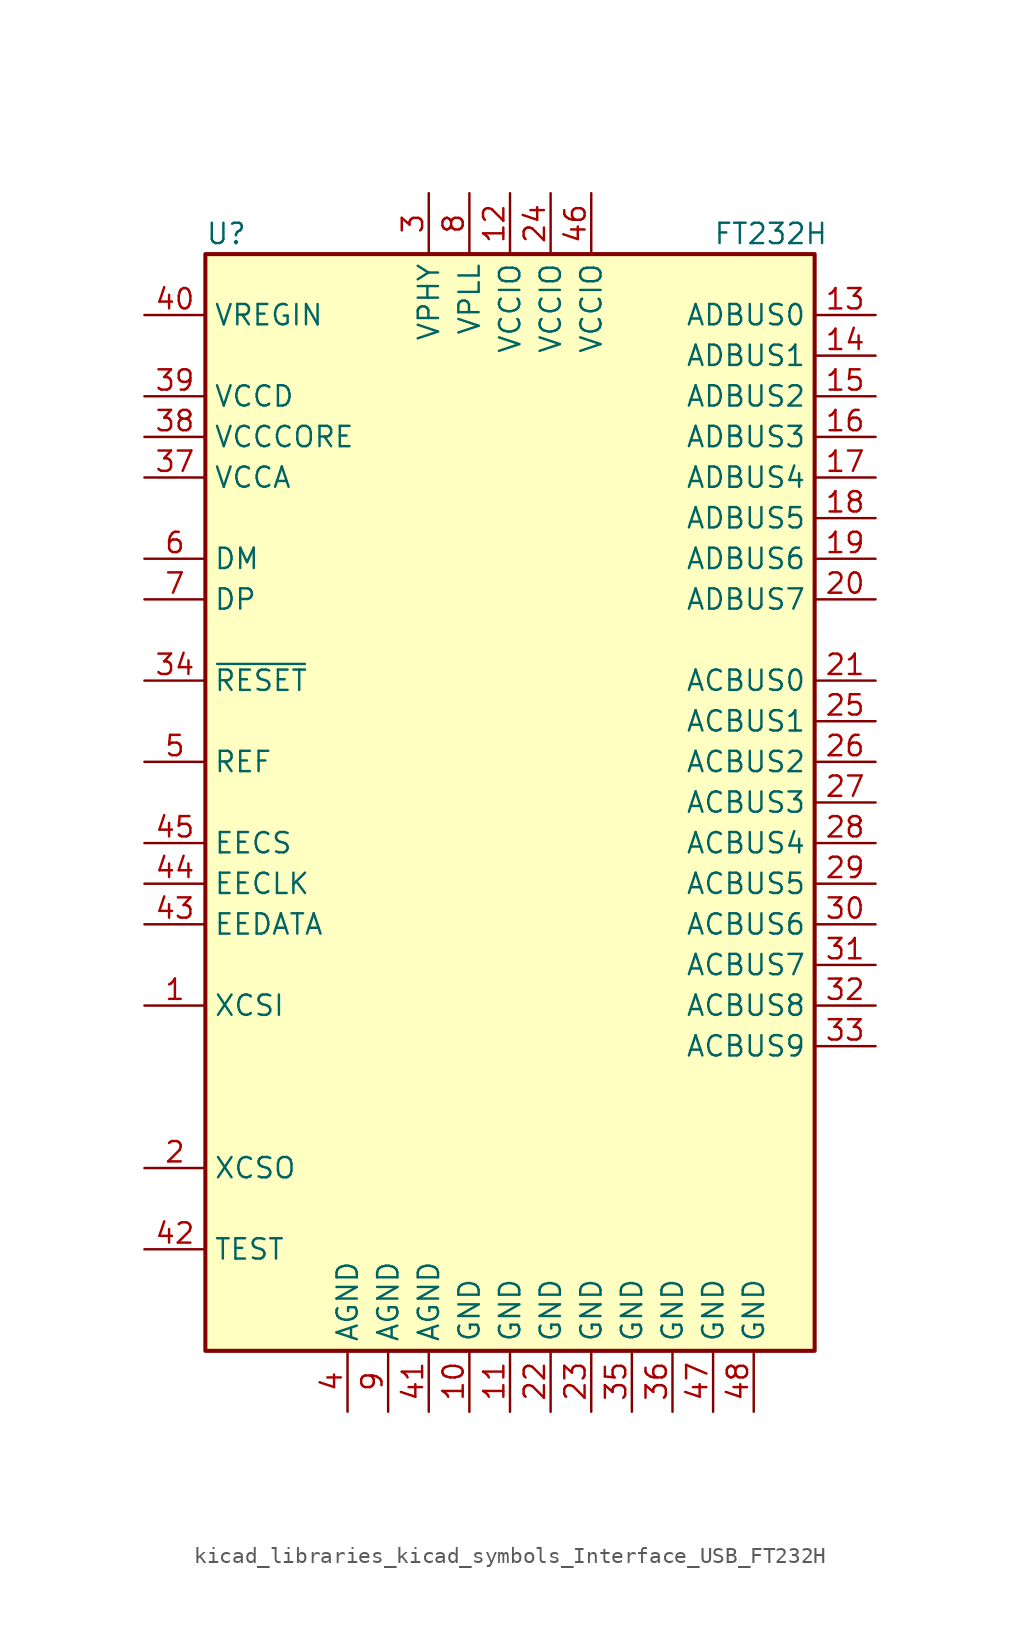
<source format=kicad_sym>
(kicad_symbol_lib
  (version 20220914)
  (generator kicad_symbol_editor)
  (symbol "kicad_libraries_kicad_symbols_Interface_USB_FT232H"
    (property "Reference" "U"
      (at -19.05 35.56 0)
      (effects (font (size 1.27 1.27)) (justify left)))
    (property "Value" "FT232H"
      (at 12.7 35.56 0)
      (effects (font (size 1.27 1.27)) (justify left)))
    (symbol "kicad_libraries_kicad_symbols_Interface_USB_FT232H_0_1"
      (rectangle (start -19.05 34.29) (end 19.05 -34.29) (stroke (width 0.254) (type default)) (fill (type background))))
    (symbol "kicad_libraries_kicad_symbols_Interface_USB_FT232H_1_1"
      (pin input line (at -22.86 -12.7 0) (length 3.81) (name "XCSI" (effects (font (size 1.27 1.27)))) (number "1" (effects (font (size 1.27 1.27)))))
      (pin power_in line (at -2.54 -38.1 90) (length 3.81) (name "GND" (effects (font (size 1.27 1.27)))) (number "10" (effects (font (size 1.27 1.27)))))
      (pin power_in line (at 0 -38.1 90) (length 3.81) (name "GND" (effects (font (size 1.27 1.27)))) (number "11" (effects (font (size 1.27 1.27)))))
      (pin power_in line (at 0 38.1 270) (length 3.81) (name "VCCIO" (effects (font (size 1.27 1.27)))) (number "12" (effects (font (size 1.27 1.27)))))
      (pin bidirectional line (at 22.86 30.48 180) (length 3.81) (name "ADBUS0" (effects (font (size 1.27 1.27)))) (number "13" (effects (font (size 1.27 1.27)))))
      (pin bidirectional line (at 22.86 27.94 180) (length 3.81) (name "ADBUS1" (effects (font (size 1.27 1.27)))) (number "14" (effects (font (size 1.27 1.27)))))
      (pin bidirectional line (at 22.86 25.4 180) (length 3.81) (name "ADBUS2" (effects (font (size 1.27 1.27)))) (number "15" (effects (font (size 1.27 1.27)))))
      (pin bidirectional line (at 22.86 22.86 180) (length 3.81) (name "ADBUS3" (effects (font (size 1.27 1.27)))) (number "16" (effects (font (size 1.27 1.27)))))
      (pin bidirectional line (at 22.86 20.32 180) (length 3.81) (name "ADBUS4" (effects (font (size 1.27 1.27)))) (number "17" (effects (font (size 1.27 1.27)))))
      (pin bidirectional line (at 22.86 17.78 180) (length 3.81) (name "ADBUS5" (effects (font (size 1.27 1.27)))) (number "18" (effects (font (size 1.27 1.27)))))
      (pin bidirectional line (at 22.86 15.24 180) (length 3.81) (name "ADBUS6" (effects (font (size 1.27 1.27)))) (number "19" (effects (font (size 1.27 1.27)))))
      (pin output line (at -22.86 -22.86 0) (length 3.81) (name "XCSO" (effects (font (size 1.27 1.27)))) (number "2" (effects (font (size 1.27 1.27)))))
      (pin bidirectional line (at 22.86 12.7 180) (length 3.81) (name "ADBUS7" (effects (font (size 1.27 1.27)))) (number "20" (effects (font (size 1.27 1.27)))))
      (pin bidirectional line (at 22.86 7.62 180) (length 3.81) (name "ACBUS0" (effects (font (size 1.27 1.27)))) (number "21" (effects (font (size 1.27 1.27)))))
      (pin power_in line (at 2.54 -38.1 90) (length 3.81) (name "GND" (effects (font (size 1.27 1.27)))) (number "22" (effects (font (size 1.27 1.27)))))
      (pin power_in line (at 5.08 -38.1 90) (length 3.81) (name "GND" (effects (font (size 1.27 1.27)))) (number "23" (effects (font (size 1.27 1.27)))))
      (pin power_in line (at 2.54 38.1 270) (length 3.81) (name "VCCIO" (effects (font (size 1.27 1.27)))) (number "24" (effects (font (size 1.27 1.27)))))
      (pin bidirectional line (at 22.86 5.08 180) (length 3.81) (name "ACBUS1" (effects (font (size 1.27 1.27)))) (number "25" (effects (font (size 1.27 1.27)))))
      (pin bidirectional line (at 22.86 2.54 180) (length 3.81) (name "ACBUS2" (effects (font (size 1.27 1.27)))) (number "26" (effects (font (size 1.27 1.27)))))
      (pin bidirectional line (at 22.86 0 180) (length 3.81) (name "ACBUS3" (effects (font (size 1.27 1.27)))) (number "27" (effects (font (size 1.27 1.27)))))
      (pin bidirectional line (at 22.86 -2.54 180) (length 3.81) (name "ACBUS4" (effects (font (size 1.27 1.27)))) (number "28" (effects (font (size 1.27 1.27)))))
      (pin bidirectional line (at 22.86 -5.08 180) (length 3.81) (name "ACBUS5" (effects (font (size 1.27 1.27)))) (number "29" (effects (font (size 1.27 1.27)))))
      (pin power_in line (at -5.08 38.1 270) (length 3.81) (name "VPHY" (effects (font (size 1.27 1.27)))) (number "3" (effects (font (size 1.27 1.27)))))
      (pin bidirectional line (at 22.86 -7.62 180) (length 3.81) (name "ACBUS6" (effects (font (size 1.27 1.27)))) (number "30" (effects (font (size 1.27 1.27)))))
      (pin bidirectional line (at 22.86 -10.16 180) (length 3.81) (name "ACBUS7" (effects (font (size 1.27 1.27)))) (number "31" (effects (font (size 1.27 1.27)))))
      (pin bidirectional line (at 22.86 -12.7 180) (length 3.81) (name "ACBUS8" (effects (font (size 1.27 1.27)))) (number "32" (effects (font (size 1.27 1.27)))))
      (pin bidirectional line (at 22.86 -15.24 180) (length 3.81) (name "ACBUS9" (effects (font (size 1.27 1.27)))) (number "33" (effects (font (size 1.27 1.27)))))
      (pin input line (at -22.86 7.62 0) (length 3.81) (name "~{RESET}" (effects (font (size 1.27 1.27)))) (number "34" (effects (font (size 1.27 1.27)))))
      (pin power_in line (at 7.62 -38.1 90) (length 3.81) (name "GND" (effects (font (size 1.27 1.27)))) (number "35" (effects (font (size 1.27 1.27)))))
      (pin power_in line (at 10.16 -38.1 90) (length 3.81) (name "GND" (effects (font (size 1.27 1.27)))) (number "36" (effects (font (size 1.27 1.27)))))
      (pin power_out line (at -22.86 20.32 0) (length 3.81) (name "VCCA" (effects (font (size 1.27 1.27)))) (number "37" (effects (font (size 1.27 1.27)))))
      (pin power_out line (at -22.86 22.86 0) (length 3.81) (name "VCCCORE" (effects (font (size 1.27 1.27)))) (number "38" (effects (font (size 1.27 1.27)))))
      (pin power_in line (at -22.86 25.4 0) (length 3.81) (name "VCCD" (effects (font (size 1.27 1.27)))) (number "39" (effects (font (size 1.27 1.27)))))
      (pin power_in line (at -10.16 -38.1 90) (length 3.81) (name "AGND" (effects (font (size 1.27 1.27)))) (number "4" (effects (font (size 1.27 1.27)))))
      (pin power_in line (at -22.86 30.48 0) (length 3.81) (name "VREGIN" (effects (font (size 1.27 1.27)))) (number "40" (effects (font (size 1.27 1.27)))))
      (pin power_in line (at -5.08 -38.1 90) (length 3.81) (name "AGND" (effects (font (size 1.27 1.27)))) (number "41" (effects (font (size 1.27 1.27)))))
      (pin input line (at -22.86 -27.94 0) (length 3.81) (name "TEST" (effects (font (size 1.27 1.27)))) (number "42" (effects (font (size 1.27 1.27)))))
      (pin bidirectional line (at -22.86 -7.62 0) (length 3.81) (name "EEDATA" (effects (font (size 1.27 1.27)))) (number "43" (effects (font (size 1.27 1.27)))))
      (pin input line (at -22.86 -5.08 0) (length 3.81) (name "EECLK" (effects (font (size 1.27 1.27)))) (number "44" (effects (font (size 1.27 1.27)))))
      (pin input line (at -22.86 -2.54 0) (length 3.81) (name "EECS" (effects (font (size 1.27 1.27)))) (number "45" (effects (font (size 1.27 1.27)))))
      (pin power_in line (at 5.08 38.1 270) (length 3.81) (name "VCCIO" (effects (font (size 1.27 1.27)))) (number "46" (effects (font (size 1.27 1.27)))))
      (pin power_in line (at 12.7 -38.1 90) (length 3.81) (name "GND" (effects (font (size 1.27 1.27)))) (number "47" (effects (font (size 1.27 1.27)))))
      (pin power_in line (at 15.24 -38.1 90) (length 3.81) (name "GND" (effects (font (size 1.27 1.27)))) (number "48" (effects (font (size 1.27 1.27)))))
      (pin input line (at -22.86 2.54 0) (length 3.81) (name "REF" (effects (font (size 1.27 1.27)))) (number "5" (effects (font (size 1.27 1.27)))))
      (pin bidirectional line (at -22.86 15.24 0) (length 3.81) (name "DM" (effects (font (size 1.27 1.27)))) (number "6" (effects (font (size 1.27 1.27)))))
      (pin bidirectional line (at -22.86 12.7 0) (length 3.81) (name "DP" (effects (font (size 1.27 1.27)))) (number "7" (effects (font (size 1.27 1.27)))))
      (pin power_in line (at -2.54 38.1 270) (length 3.81) (name "VPLL" (effects (font (size 1.27 1.27)))) (number "8" (effects (font (size 1.27 1.27)))))
      (pin power_in line (at -7.62 -38.1 90) (length 3.81) (name "AGND" (effects (font (size 1.27 1.27)))) (number "9" (effects (font (size 1.27 1.27))))))))
</source>
